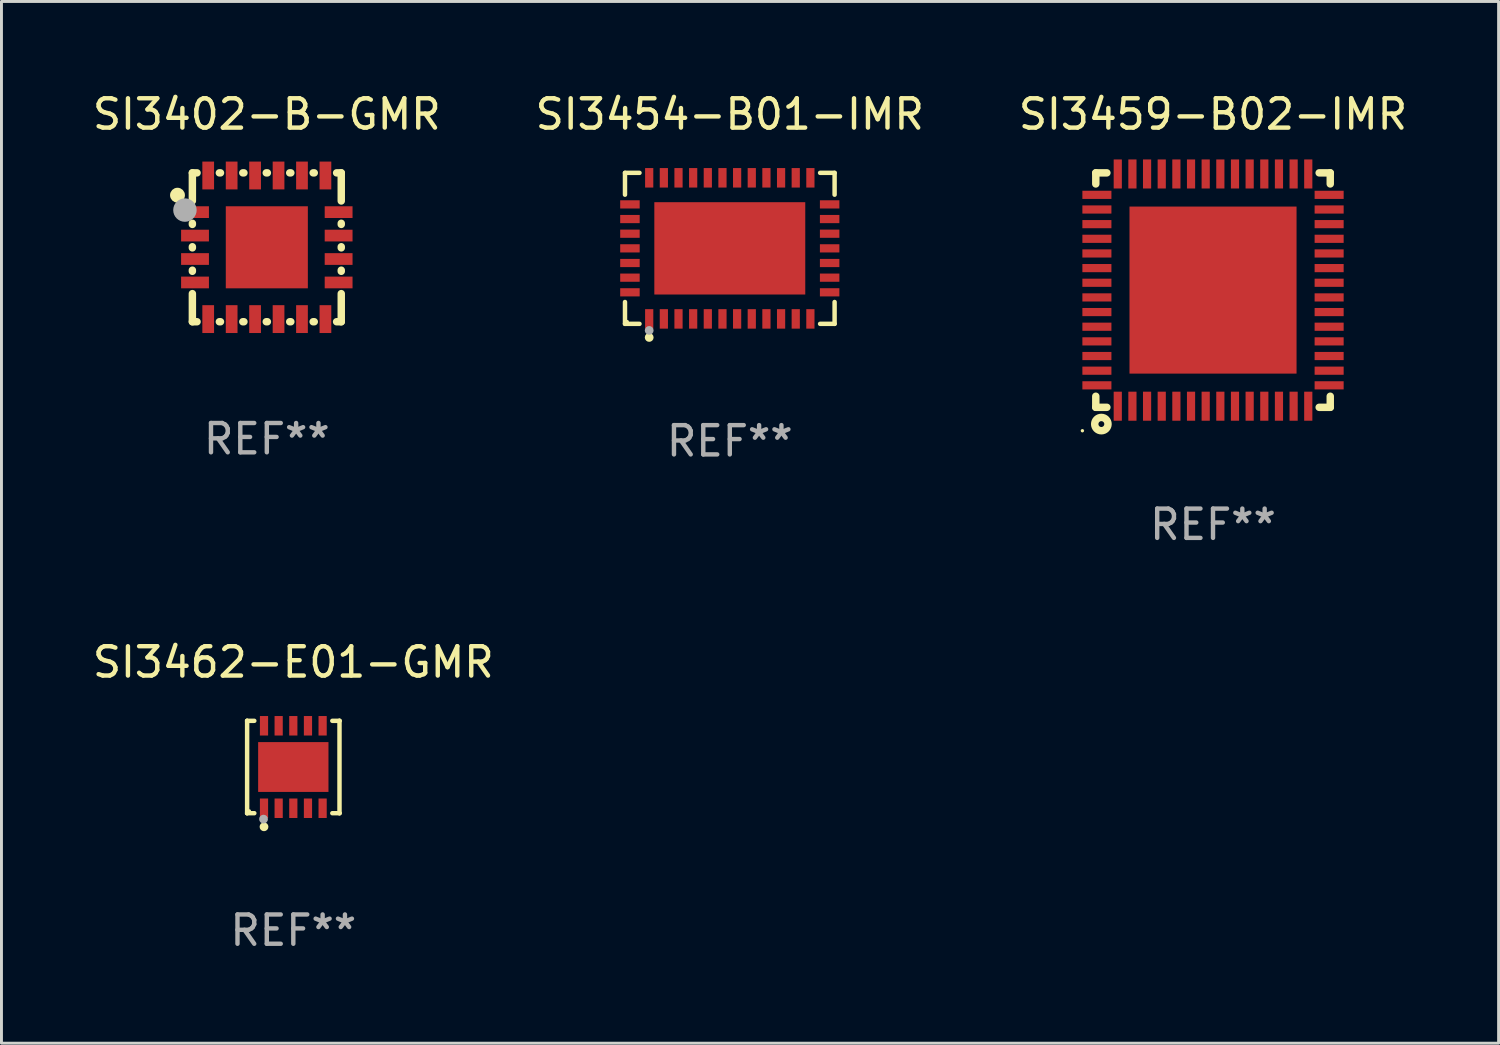
<source format=kicad_pcb>
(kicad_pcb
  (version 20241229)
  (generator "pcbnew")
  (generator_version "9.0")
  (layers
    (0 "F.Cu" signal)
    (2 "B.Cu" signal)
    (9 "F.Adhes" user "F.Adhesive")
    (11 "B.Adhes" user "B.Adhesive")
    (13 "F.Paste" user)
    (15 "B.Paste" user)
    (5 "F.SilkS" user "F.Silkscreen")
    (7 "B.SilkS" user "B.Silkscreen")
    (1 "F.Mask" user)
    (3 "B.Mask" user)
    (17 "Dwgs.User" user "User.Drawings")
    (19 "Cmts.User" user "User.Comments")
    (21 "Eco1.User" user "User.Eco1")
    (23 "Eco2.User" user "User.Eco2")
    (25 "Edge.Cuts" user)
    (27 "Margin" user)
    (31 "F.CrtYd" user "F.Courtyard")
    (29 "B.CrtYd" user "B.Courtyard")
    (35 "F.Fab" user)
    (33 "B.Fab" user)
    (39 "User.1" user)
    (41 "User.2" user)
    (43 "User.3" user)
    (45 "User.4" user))
  (footprint "SI3402-B-GMR"
    (layer "F.Cu")
    (at 6.054 5.388)
    (property "Reference" "SI3402-B-GMR" (at 0 -4.54 0) (layer "F.SilkS") (effects (font (size 1 1) (thickness 0.15))))
    (attr through_hole)
    (fp_line (start -2.54 -2.54) (end -2.54 -1.581) (stroke (width 0.254) (type solid)) (layer "F.SilkS"))
    (fp_line (start -2.54 -0.819) (end -2.54 -0.781) (stroke (width 0.254) (type solid)) (layer "F.SilkS"))
    (fp_line (start -2.54 -0.019) (end -2.54 0.019) (stroke (width 0.254) (type solid)) (layer "F.SilkS"))
    (fp_line (start -2.54 0.781) (end -2.54 0.819) (stroke (width 0.254) (type solid)) (layer "F.SilkS"))
    (fp_line (start -2.54 1.581) (end -2.54 2.54) (stroke (width 0.254) (type solid)) (layer "F.SilkS"))
    (fp_line (start -2.54 2.54) (end -2.381 2.54) (stroke (width 0.254) (type solid)) (layer "F.SilkS"))
    (fp_line (start -2.381 -2.54) (end -2.54 -2.54) (stroke (width 0.254) (type solid)) (layer "F.SilkS"))
    (fp_line (start -1.619 2.54) (end -1.581 2.54) (stroke (width 0.254) (type solid)) (layer "F.SilkS"))
    (fp_line (start -1.581 -2.54) (end -1.619 -2.54) (stroke (width 0.254) (type solid)) (layer "F.SilkS"))
    (fp_line (start -0.819 2.54) (end -0.781 2.54) (stroke (width 0.254) (type solid)) (layer "F.SilkS"))
    (fp_line (start -0.781 -2.54) (end -0.819 -2.54) (stroke (width 0.254) (type solid)) (layer "F.SilkS"))
    (fp_line (start -0.019 2.54) (end 0.019 2.54) (stroke (width 0.254) (type solid)) (layer "F.SilkS"))
    (fp_line (start 0.019 -2.54) (end -0.019 -2.54) (stroke (width 0.254) (type solid)) (layer "F.SilkS"))
    (fp_line (start 0.781 2.54) (end 0.819 2.54) (stroke (width 0.254) (type solid)) (layer "F.SilkS"))
    (fp_line (start 0.819 -2.54) (end 0.781 -2.54) (stroke (width 0.254) (type solid)) (layer "F.SilkS"))
    (fp_line (start 1.581 2.54) (end 1.619 2.54) (stroke (width 0.254) (type solid)) (layer "F.SilkS"))
    (fp_line (start 1.619 -2.54) (end 1.581 -2.54) (stroke (width 0.254) (type solid)) (layer "F.SilkS"))
    (fp_line (start 2.381 2.54) (end 2.54 2.54) (stroke (width 0.254) (type solid)) (layer "F.SilkS"))
    (fp_line (start 2.54 -2.54) (end 2.381 -2.54) (stroke (width 0.254) (type solid)) (layer "F.SilkS"))
    (fp_line (start 2.54 -1.581) (end 2.54 -2.54) (stroke (width 0.254) (type solid)) (layer "F.SilkS"))
    (fp_line (start 2.54 -0.781) (end 2.54 -0.819) (stroke (width 0.254) (type solid)) (layer "F.SilkS"))
    (fp_line (start 2.54 0.019) (end 2.54 -0.019) (stroke (width 0.254) (type solid)) (layer "F.SilkS"))
    (fp_line (start 2.54 0.819) (end 2.54 0.781) (stroke (width 0.254) (type solid)) (layer "F.SilkS"))
    (fp_line (start 2.54 2.54) (end 2.54 1.581) (stroke (width 0.254) (type solid)) (layer "F.SilkS"))
    (fp_circle (center -3.048 -1.778) (end -2.921 -1.778) (stroke (width 0.254) (type solid)) (fill no) (layer "F.SilkS"))
    (fp_circle (center -2.5 -2.5) (end -2.45 -2.5) (stroke (width 0.1) (type solid)) (fill no) (layer "F.SilkS"))
    (fp_circle (center -2.794 -1.27) (end -2.594 -1.27) (stroke (width 0.4) (type solid)) (fill no) (layer "F.Fab"))
    (fp_text user "REF**" (at 0 6.54 0) (layer "F.Fab") (effects (font (size 1 1) (thickness 0.15))))
    (pad "1" smd rect (at -2.45 -1.2) (size 0.95 0.4) (layers "F.Cu" "F.Mask" "F.Paste"))
    (pad "2" smd rect (at -2.45 -0.4) (size 0.95 0.4) (layers "F.Cu" "F.Mask" "F.Paste"))
    (pad "3" smd rect (at -2.45 0.4) (size 0.95 0.4) (layers "F.Cu" "F.Mask" "F.Paste"))
    (pad "4" smd rect (at -2.45 1.2) (size 0.95 0.4) (layers "F.Cu" "F.Mask" "F.Paste"))
    (pad "5" smd rect (at -2 2.45) (size 0.4 0.95) (layers "F.Cu" "F.Mask" "F.Paste"))
    (pad "6" smd rect (at -1.2 2.45) (size 0.4 0.95) (layers "F.Cu" "F.Mask" "F.Paste"))
    (pad "7" smd rect (at -0.4 2.45) (size 0.4 0.95) (layers "F.Cu" "F.Mask" "F.Paste"))
    (pad "8" smd rect (at 0.4 2.45) (size 0.4 0.95) (layers "F.Cu" "F.Mask" "F.Paste"))
    (pad "9" smd rect (at 1.2 2.45) (size 0.4 0.95) (layers "F.Cu" "F.Mask" "F.Paste"))
    (pad "10" smd rect (at 2 2.45) (size 0.4 0.95) (layers "F.Cu" "F.Mask" "F.Paste"))
    (pad "11" smd rect (at 2.45 1.2) (size 0.95 0.4) (layers "F.Cu" "F.Mask" "F.Paste"))
    (pad "12" smd rect (at 2.45 0.4) (size 0.95 0.4) (layers "F.Cu" "F.Mask" "F.Paste"))
    (pad "13" smd rect (at 2.45 -0.4) (size 0.95 0.4) (layers "F.Cu" "F.Mask" "F.Paste"))
    (pad "14" smd rect (at 2.45 -1.2) (size 0.95 0.4) (layers "F.Cu" "F.Mask" "F.Paste"))
    (pad "15" smd rect (at 2 -2.45) (size 0.4 0.95) (layers "F.Cu" "F.Mask" "F.Paste"))
    (pad "16" smd rect (at 1.2 -2.45) (size 0.4 0.95) (layers "F.Cu" "F.Mask" "F.Paste"))
    (pad "17" smd rect (at 0.4 -2.45) (size 0.4 0.95) (layers "F.Cu" "F.Mask" "F.Paste"))
    (pad "18" smd rect (at -0.4 -2.45) (size 0.4 0.95) (layers "F.Cu" "F.Mask" "F.Paste"))
    (pad "19" smd rect (at -1.2 -2.45) (size 0.4 0.95) (layers "F.Cu" "F.Mask" "F.Paste"))
    (pad "20" smd rect (at -2 -2.45) (size 0.4 0.95) (layers "F.Cu" "F.Mask" "F.Paste"))
    (pad "21" smd rect (at 0.000102 -0.000102) (size 2.8 2.8) (layers "F.Cu" "F.Mask" "F.Paste")))
  (footprint "SI3459-B02-IMR"
    (layer "F.Cu")
    (at 38.339 6.848)
    (property "Reference" "SI3459-B02-IMR" (at 0 -6 0) (layer "F.SilkS") (effects (font (size 1 1) (thickness 0.15))))
    (attr through_hole)
    (fp_line (start -4 -4) (end -3.622 -4) (stroke (width 0.254) (type solid)) (layer "F.SilkS"))
    (fp_line (start -4 -3.622) (end -4 -4) (stroke (width 0.254) (type solid)) (layer "F.SilkS"))
    (fp_line (start -4 4) (end -4 3.622) (stroke (width 0.254) (type solid)) (layer "F.SilkS"))
    (fp_line (start -4 4) (end -3.622 4) (stroke (width 0.254) (type solid)) (layer "F.SilkS"))
    (fp_line (start 3.622 -4) (end 4 -4) (stroke (width 0.254) (type solid)) (layer "F.SilkS"))
    (fp_line (start 3.622 4) (end 4 4) (stroke (width 0.254) (type solid)) (layer "F.SilkS"))
    (fp_line (start 4 -4) (end 4 -3.622) (stroke (width 0.254) (type solid)) (layer "F.SilkS"))
    (fp_line (start 4 3.622) (end 4 4) (stroke (width 0.254) (type solid)) (layer "F.SilkS"))
    (fp_circle (center -4.457 4.799) (end -4.427 4.799) (stroke (width 0.06) (type solid)) (fill no) (layer "F.SilkS"))
    (fp_circle (center -3.81 4.572) (end -3.71 4.572) (stroke (width 0.254) (type solid)) (fill no) (layer "F.SilkS"))
    (fp_text user "REF**" (at 0 8 0) (layer "F.Fab") (effects (font (size 1 1) (thickness 0.15))))
    (pad "1" smd rect (at -3.25 3.962 90) (size 0.991 0.279) (layers "F.Cu" "F.Mask" "F.Paste"))
    (pad "2" smd rect (at -2.75 3.962 90) (size 0.991 0.279) (layers "F.Cu" "F.Mask" "F.Paste"))
    (pad "3" smd rect (at -2.25 3.962 90) (size 0.991 0.279) (layers "F.Cu" "F.Mask" "F.Paste"))
    (pad "4" smd rect (at -1.75 3.962 90) (size 0.991 0.279) (layers "F.Cu" "F.Mask" "F.Paste"))
    (pad "5" smd rect (at -1.25 3.962 90) (size 0.991 0.279) (layers "F.Cu" "F.Mask" "F.Paste"))
    (pad "6" smd rect (at -0.75 3.962 90) (size 0.991 0.279) (layers "F.Cu" "F.Mask" "F.Paste"))
    (pad "7" smd rect (at -0.25 3.962 90) (size 0.991 0.279) (layers "F.Cu" "F.Mask" "F.Paste"))
    (pad "8" smd rect (at 0.25 3.962 90) (size 0.991 0.279) (layers "F.Cu" "F.Mask" "F.Paste"))
    (pad "9" smd rect (at 0.75 3.962 90) (size 0.991 0.279) (layers "F.Cu" "F.Mask" "F.Paste"))
    (pad "10" smd rect (at 1.25 3.962 90) (size 0.991 0.279) (layers "F.Cu" "F.Mask" "F.Paste"))
    (pad "11" smd rect (at 1.75 3.962 90) (size 0.991 0.279) (layers "F.Cu" "F.Mask" "F.Paste"))
    (pad "12" smd rect (at 2.25 3.962 90) (size 0.991 0.279) (layers "F.Cu" "F.Mask" "F.Paste"))
    (pad "13" smd rect (at 2.75 3.962 90) (size 0.991 0.279) (layers "F.Cu" "F.Mask" "F.Paste"))
    (pad "14" smd rect (at 3.25 3.962 90) (size 0.991 0.279) (layers "F.Cu" "F.Mask" "F.Paste"))
    (pad "15" smd rect (at 3.962 3.25 90) (size 0.279 0.991) (layers "F.Cu" "F.Mask" "F.Paste"))
    (pad "16" smd rect (at 3.962 2.75 90) (size 0.279 0.991) (layers "F.Cu" "F.Mask" "F.Paste"))
    (pad "17" smd rect (at 3.962 2.25 90) (size 0.279 0.991) (layers "F.Cu" "F.Mask" "F.Paste"))
    (pad "18" smd rect (at 3.962 1.75 90) (size 0.279 0.991) (layers "F.Cu" "F.Mask" "F.Paste"))
    (pad "19" smd rect (at 3.962 1.25 90) (size 0.279 0.991) (layers "F.Cu" "F.Mask" "F.Paste"))
    (pad "20" smd rect (at 3.962 0.75 90) (size 0.279 0.991) (layers "F.Cu" "F.Mask" "F.Paste"))
    (pad "21" smd rect (at 3.962 0.25 90) (size 0.279 0.991) (layers "F.Cu" "F.Mask" "F.Paste"))
    (pad "22" smd rect (at 3.962 -0.25 90) (size 0.279 0.991) (layers "F.Cu" "F.Mask" "F.Paste"))
    (pad "23" smd rect (at 3.962 -0.75 90) (size 0.279 0.991) (layers "F.Cu" "F.Mask" "F.Paste"))
    (pad "24" smd rect (at 3.962 -1.25 90) (size 0.279 0.991) (layers "F.Cu" "F.Mask" "F.Paste"))
    (pad "25" smd rect (at 3.962 -1.75 90) (size 0.279 0.991) (layers "F.Cu" "F.Mask" "F.Paste"))
    (pad "26" smd rect (at 3.962 -2.25 90) (size 0.279 0.991) (layers "F.Cu" "F.Mask" "F.Paste"))
    (pad "27" smd rect (at 3.962 -2.75 90) (size 0.279 0.991) (layers "F.Cu" "F.Mask" "F.Paste"))
    (pad "28" smd rect (at 3.962 -3.25 90) (size 0.279 0.991) (layers "F.Cu" "F.Mask" "F.Paste"))
    (pad "29" smd rect (at 3.25 -3.962 90) (size 0.991 0.279) (layers "F.Cu" "F.Mask" "F.Paste"))
    (pad "30" smd rect (at 2.75 -3.962 90) (size 0.991 0.279) (layers "F.Cu" "F.Mask" "F.Paste"))
    (pad "31" smd rect (at 2.25 -3.962 90) (size 0.991 0.279) (layers "F.Cu" "F.Mask" "F.Paste"))
    (pad "32" smd rect (at 1.75 -3.962 90) (size 0.991 0.279) (layers "F.Cu" "F.Mask" "F.Paste"))
    (pad "33" smd rect (at 1.25 -3.962 90) (size 0.991 0.279) (layers "F.Cu" "F.Mask" "F.Paste"))
    (pad "34" smd rect (at 0.75 -3.962 90) (size 0.991 0.279) (layers "F.Cu" "F.Mask" "F.Paste"))
    (pad "35" smd rect (at 0.25 -3.962 90) (size 0.991 0.279) (layers "F.Cu" "F.Mask" "F.Paste"))
    (pad "36" smd rect (at -0.25 -3.962 90) (size 0.991 0.279) (layers "F.Cu" "F.Mask" "F.Paste"))
    (pad "37" smd rect (at -0.75 -3.962 90) (size 0.991 0.279) (layers "F.Cu" "F.Mask" "F.Paste"))
    (pad "38" smd rect (at -1.25 -3.962 90) (size 0.991 0.279) (layers "F.Cu" "F.Mask" "F.Paste"))
    (pad "39" smd rect (at -1.75 -3.962 90) (size 0.991 0.279) (layers "F.Cu" "F.Mask" "F.Paste"))
    (pad "40" smd rect (at -2.25 -3.962 90) (size 0.991 0.279) (layers "F.Cu" "F.Mask" "F.Paste"))
    (pad "41" smd rect (at -2.75 -3.962 90) (size 0.991 0.279) (layers "F.Cu" "F.Mask" "F.Paste"))
    (pad "42" smd rect (at -3.25 -3.962 90) (size 0.991 0.279) (layers "F.Cu" "F.Mask" "F.Paste"))
    (pad "43" smd rect (at -3.962 -3.25 90) (size 0.279 0.991) (layers "F.Cu" "F.Mask" "F.Paste"))
    (pad "44" smd rect (at -3.962 -2.75 90) (size 0.279 0.991) (layers "F.Cu" "F.Mask" "F.Paste"))
    (pad "45" smd rect (at -3.962 -2.25 90) (size 0.279 0.991) (layers "F.Cu" "F.Mask" "F.Paste"))
    (pad "46" smd rect (at -3.962 -1.75 90) (size 0.279 0.991) (layers "F.Cu" "F.Mask" "F.Paste"))
    (pad "47" smd rect (at -3.962 -1.25 90) (size 0.279 0.991) (layers "F.Cu" "F.Mask" "F.Paste"))
    (pad "48" smd rect (at -3.962 -0.75 90) (size 0.279 0.991) (layers "F.Cu" "F.Mask" "F.Paste"))
    (pad "49" smd rect (at -3.962 -0.25 90) (size 0.279 0.991) (layers "F.Cu" "F.Mask" "F.Paste"))
    (pad "50" smd rect (at -3.962 0.25 90) (size 0.279 0.991) (layers "F.Cu" "F.Mask" "F.Paste"))
    (pad "51" smd rect (at -3.962 0.75 90) (size 0.279 0.991) (layers "F.Cu" "F.Mask" "F.Paste"))
    (pad "52" smd rect (at -3.962 1.25 90) (size 0.279 0.991) (layers "F.Cu" "F.Mask" "F.Paste"))
    (pad "53" smd rect (at -3.962 1.75 90) (size 0.279 0.991) (layers "F.Cu" "F.Mask" "F.Paste"))
    (pad "54" smd rect (at -3.962 2.25 90) (size 0.279 0.991) (layers "F.Cu" "F.Mask" "F.Paste"))
    (pad "55" smd rect (at -3.962 2.75 90) (size 0.279 0.991) (layers "F.Cu" "F.Mask" "F.Paste"))
    (pad "56" smd rect (at -3.962 3.25 90) (size 0.279 0.991) (layers "F.Cu" "F.Mask" "F.Paste"))
    (pad "57" smd rect (at 0 0 90) (size 5.7 5.7) (layers "F.Cu" "F.Mask" "F.Paste")))
  (footprint "SI3454-B01-IMR"
    (layer "F.Cu")
    (at 21.851 5.424)
    (property "Reference" "SI3454-B01-IMR" (at 0 -4.576 0) (layer "F.SilkS") (effects (font (size 1 1) (thickness 0.15))))
    (attr through_hole)
    (fp_line (start -3.576 -2.576) (end -3.081 -2.576) (stroke (width 0.152) (type solid)) (layer "F.SilkS"))
    (fp_line (start -3.576 -1.831) (end -3.576 -2.576) (stroke (width 0.152) (type solid)) (layer "F.SilkS"))
    (fp_line (start -3.576 1.831) (end -3.576 2.576) (stroke (width 0.152) (type solid)) (layer "F.SilkS"))
    (fp_line (start -3.576 2.576) (end -3.081 2.576) (stroke (width 0.152) (type solid)) (layer "F.SilkS"))
    (fp_line (start 3.576 -2.576) (end 3.081 -2.576) (stroke (width 0.152) (type solid)) (layer "F.SilkS"))
    (fp_line (start 3.576 -1.831) (end 3.576 -2.576) (stroke (width 0.152) (type solid)) (layer "F.SilkS"))
    (fp_line (start 3.576 1.831) (end 3.576 2.576) (stroke (width 0.152) (type solid)) (layer "F.SilkS"))
    (fp_line (start 3.576 2.576) (end 3.081 2.576) (stroke (width 0.152) (type solid)) (layer "F.SilkS"))
    (fp_circle (center -3.5 2.5) (end -3.47 2.5) (stroke (width 0.06) (type solid)) (fill no) (layer "F.SilkS"))
    (fp_circle (center -2.75 3.04) (end -2.675 3.04) (stroke (width 0.15) (type solid)) (fill no) (layer "F.SilkS"))
    (fp_circle (center -2.75 2.8) (end -2.675 2.8) (stroke (width 0.15) (type solid)) (fill no) (layer "F.Fab"))
    (fp_text user "REF**" (at 0 6.576 0) (layer "F.Fab") (effects (font (size 1 1) (thickness 0.15))))
    (pad "1" smd rect (at -2.75 2.407) (size 0.28 0.665) (layers "F.Cu" "F.Mask" "F.Paste"))
    (pad "2" smd rect (at -2.25 2.407) (size 0.28 0.665) (layers "F.Cu" "F.Mask" "F.Paste"))
    (pad "3" smd rect (at -1.75 2.407) (size 0.28 0.665) (layers "F.Cu" "F.Mask" "F.Paste"))
    (pad "4" smd rect (at -1.25 2.407) (size 0.28 0.665) (layers "F.Cu" "F.Mask" "F.Paste"))
    (pad "5" smd rect (at -0.75 2.407) (size 0.28 0.665) (layers "F.Cu" "F.Mask" "F.Paste"))
    (pad "6" smd rect (at -0.25 2.407) (size 0.28 0.665) (layers "F.Cu" "F.Mask" "F.Paste"))
    (pad "7" smd rect (at 0.25 2.407) (size 0.28 0.665) (layers "F.Cu" "F.Mask" "F.Paste"))
    (pad "8" smd rect (at 0.75 2.407) (size 0.28 0.665) (layers "F.Cu" "F.Mask" "F.Paste"))
    (pad "9" smd rect (at 1.25 2.407) (size 0.28 0.665) (layers "F.Cu" "F.Mask" "F.Paste"))
    (pad "10" smd rect (at 1.75 2.407) (size 0.28 0.665) (layers "F.Cu" "F.Mask" "F.Paste"))
    (pad "11" smd rect (at 2.25 2.407) (size 0.28 0.665) (layers "F.Cu" "F.Mask" "F.Paste"))
    (pad "12" smd rect (at 2.75 2.407) (size 0.28 0.665) (layers "F.Cu" "F.Mask" "F.Paste"))
    (pad "13" smd rect (at 3.407 1.5) (size 0.665 0.28) (layers "F.Cu" "F.Mask" "F.Paste"))
    (pad "14" smd rect (at 3.407 1) (size 0.665 0.28) (layers "F.Cu" "F.Mask" "F.Paste"))
    (pad "15" smd rect (at 3.407 0.5) (size 0.665 0.28) (layers "F.Cu" "F.Mask" "F.Paste"))
    (pad "16" smd rect (at 3.407 0) (size 0.665 0.28) (layers "F.Cu" "F.Mask" "F.Paste"))
    (pad "17" smd rect (at 3.407 -0.5) (size 0.665 0.28) (layers "F.Cu" "F.Mask" "F.Paste"))
    (pad "18" smd rect (at 3.407 -1) (size 0.665 0.28) (layers "F.Cu" "F.Mask" "F.Paste"))
    (pad "19" smd rect (at 3.407 -1.5) (size 0.665 0.28) (layers "F.Cu" "F.Mask" "F.Paste"))
    (pad "20" smd rect (at 2.75 -2.407) (size 0.28 0.665) (layers "F.Cu" "F.Mask" "F.Paste"))
    (pad "21" smd rect (at 2.25 -2.407) (size 0.28 0.665) (layers "F.Cu" "F.Mask" "F.Paste"))
    (pad "22" smd rect (at 1.75 -2.407) (size 0.28 0.665) (layers "F.Cu" "F.Mask" "F.Paste"))
    (pad "23" smd rect (at 1.25 -2.407) (size 0.28 0.665) (layers "F.Cu" "F.Mask" "F.Paste"))
    (pad "24" smd rect (at 0.75 -2.407) (size 0.28 0.665) (layers "F.Cu" "F.Mask" "F.Paste"))
    (pad "25" smd rect (at 0.25 -2.407) (size 0.28 0.665) (layers "F.Cu" "F.Mask" "F.Paste"))
    (pad "26" smd rect (at -0.25 -2.407) (size 0.28 0.665) (layers "F.Cu" "F.Mask" "F.Paste"))
    (pad "27" smd rect (at -0.75 -2.407) (size 0.28 0.665) (layers "F.Cu" "F.Mask" "F.Paste"))
    (pad "28" smd rect (at -1.25 -2.407) (size 0.28 0.665) (layers "F.Cu" "F.Mask" "F.Paste"))
    (pad "29" smd rect (at -1.75 -2.407) (size 0.28 0.665) (layers "F.Cu" "F.Mask" "F.Paste"))
    (pad "30" smd rect (at -2.25 -2.407) (size 0.28 0.665) (layers "F.Cu" "F.Mask" "F.Paste"))
    (pad "31" smd rect (at -2.75 -2.407) (size 0.28 0.665) (layers "F.Cu" "F.Mask" "F.Paste"))
    (pad "32" smd rect (at -3.407 -1.5) (size 0.665 0.28) (layers "F.Cu" "F.Mask" "F.Paste"))
    (pad "33" smd rect (at -3.407 -1) (size 0.665 0.28) (layers "F.Cu" "F.Mask" "F.Paste"))
    (pad "34" smd rect (at -3.407 -0.5) (size 0.665 0.28) (layers "F.Cu" "F.Mask" "F.Paste"))
    (pad "35" smd rect (at -3.407 0) (size 0.665 0.28) (layers "F.Cu" "F.Mask" "F.Paste"))
    (pad "36" smd rect (at -3.407 0.5) (size 0.665 0.28) (layers "F.Cu" "F.Mask" "F.Paste"))
    (pad "37" smd rect (at -3.407 1) (size 0.665 0.28) (layers "F.Cu" "F.Mask" "F.Paste"))
    (pad "38" smd rect (at -3.407 1.5) (size 0.665 0.28) (layers "F.Cu" "F.Mask" "F.Paste"))
    (pad "39" smd rect (at 0 0) (size 5.15 3.15) (layers "F.Cu" "F.Mask" "F.Paste")))
  (footprint "SI3462-E01-GMR"
    (layer "F.Cu")
    (at 6.958 23.121)
    (property "Reference" "SI3462-E01-GMR" (at 0 -3.576 0) (layer "F.SilkS") (effects (font (size 1 1) (thickness 0.15))))
    (attr through_hole)
    (fp_line (start -1.576 -1.576) (end -1.576 -1.576) (stroke (width 0.152) (type solid)) (layer "F.SilkS"))
    (fp_line (start -1.576 -1.576) (end -1.331 -1.576) (stroke (width 0.152) (type solid)) (layer "F.SilkS"))
    (fp_line (start -1.576 1.576) (end -1.576 -1.576) (stroke (width 0.152) (type solid)) (layer "F.SilkS"))
    (fp_line (start -1.576 1.576) (end -1.576 1.576) (stroke (width 0.152) (type solid)) (layer "F.SilkS"))
    (fp_line (start -1.331 1.576) (end -1.576 1.576) (stroke (width 0.152) (type solid)) (layer "F.SilkS"))
    (fp_line (start 1.331 1.576) (end 1.576 1.576) (stroke (width 0.152) (type solid)) (layer "F.SilkS"))
    (fp_line (start 1.576 -1.576) (end 1.331 -1.576) (stroke (width 0.152) (type solid)) (layer "F.SilkS"))
    (fp_line (start 1.576 -1.576) (end 1.576 -1.576) (stroke (width 0.152) (type solid)) (layer "F.SilkS"))
    (fp_line (start 1.576 1.576) (end 1.576 -1.576) (stroke (width 0.152) (type solid)) (layer "F.SilkS"))
    (fp_line (start 1.576 1.576) (end 1.576 1.576) (stroke (width 0.152) (type solid)) (layer "F.SilkS"))
    (fp_circle (center -1.5 1.5) (end -1.47 1.5) (stroke (width 0.06) (type solid)) (fill no) (layer "F.SilkS"))
    (fp_circle (center -1 2.04) (end -0.925 2.04) (stroke (width 0.15) (type solid)) (fill no) (layer "F.SilkS"))
    (fp_circle (center -1.016 1.778) (end -0.941 1.778) (stroke (width 0.15) (type solid)) (fill no) (layer "F.Fab"))
    (fp_text user "REF**" (at 0 5.576 0) (layer "F.Fab") (effects (font (size 1 1) (thickness 0.15))))
    (pad "1" smd rect (at -1 1.407) (size 0.28 0.665) (layers "F.Cu" "F.Mask" "F.Paste"))
    (pad "2" smd rect (at -0.5 1.407) (size 0.28 0.665) (layers "F.Cu" "F.Mask" "F.Paste"))
    (pad "3" smd rect (at 0 1.407) (size 0.28 0.665) (layers "F.Cu" "F.Mask" "F.Paste"))
    (pad "4" smd rect (at 0.5 1.407) (size 0.28 0.665) (layers "F.Cu" "F.Mask" "F.Paste"))
    (pad "5" smd rect (at 1 1.407) (size 0.28 0.665) (layers "F.Cu" "F.Mask" "F.Paste"))
    (pad "6" smd rect (at 1 -1.407) (size 0.28 0.665) (layers "F.Cu" "F.Mask" "F.Paste"))
    (pad "7" smd rect (at 0.5 -1.407) (size 0.28 0.665) (layers "F.Cu" "F.Mask" "F.Paste"))
    (pad "8" smd rect (at 0 -1.407) (size 0.28 0.665) (layers "F.Cu" "F.Mask" "F.Paste"))
    (pad "9" smd rect (at -0.5 -1.407) (size 0.28 0.665) (layers "F.Cu" "F.Mask" "F.Paste"))
    (pad "10" smd rect (at -1 -1.407) (size 0.28 0.665) (layers "F.Cu" "F.Mask" "F.Paste"))
    (pad "11" smd rect (at 0 0) (size 2.4 1.7) (layers "F.Cu" "F.Mask" "F.Paste")))
  (gr_rect
    (start -3 -3)
    (end 48.083 32.545)
    (stroke (width 0.1) (type default))
    (fill no)
    (layer "Edge.Cuts")))
</source>
